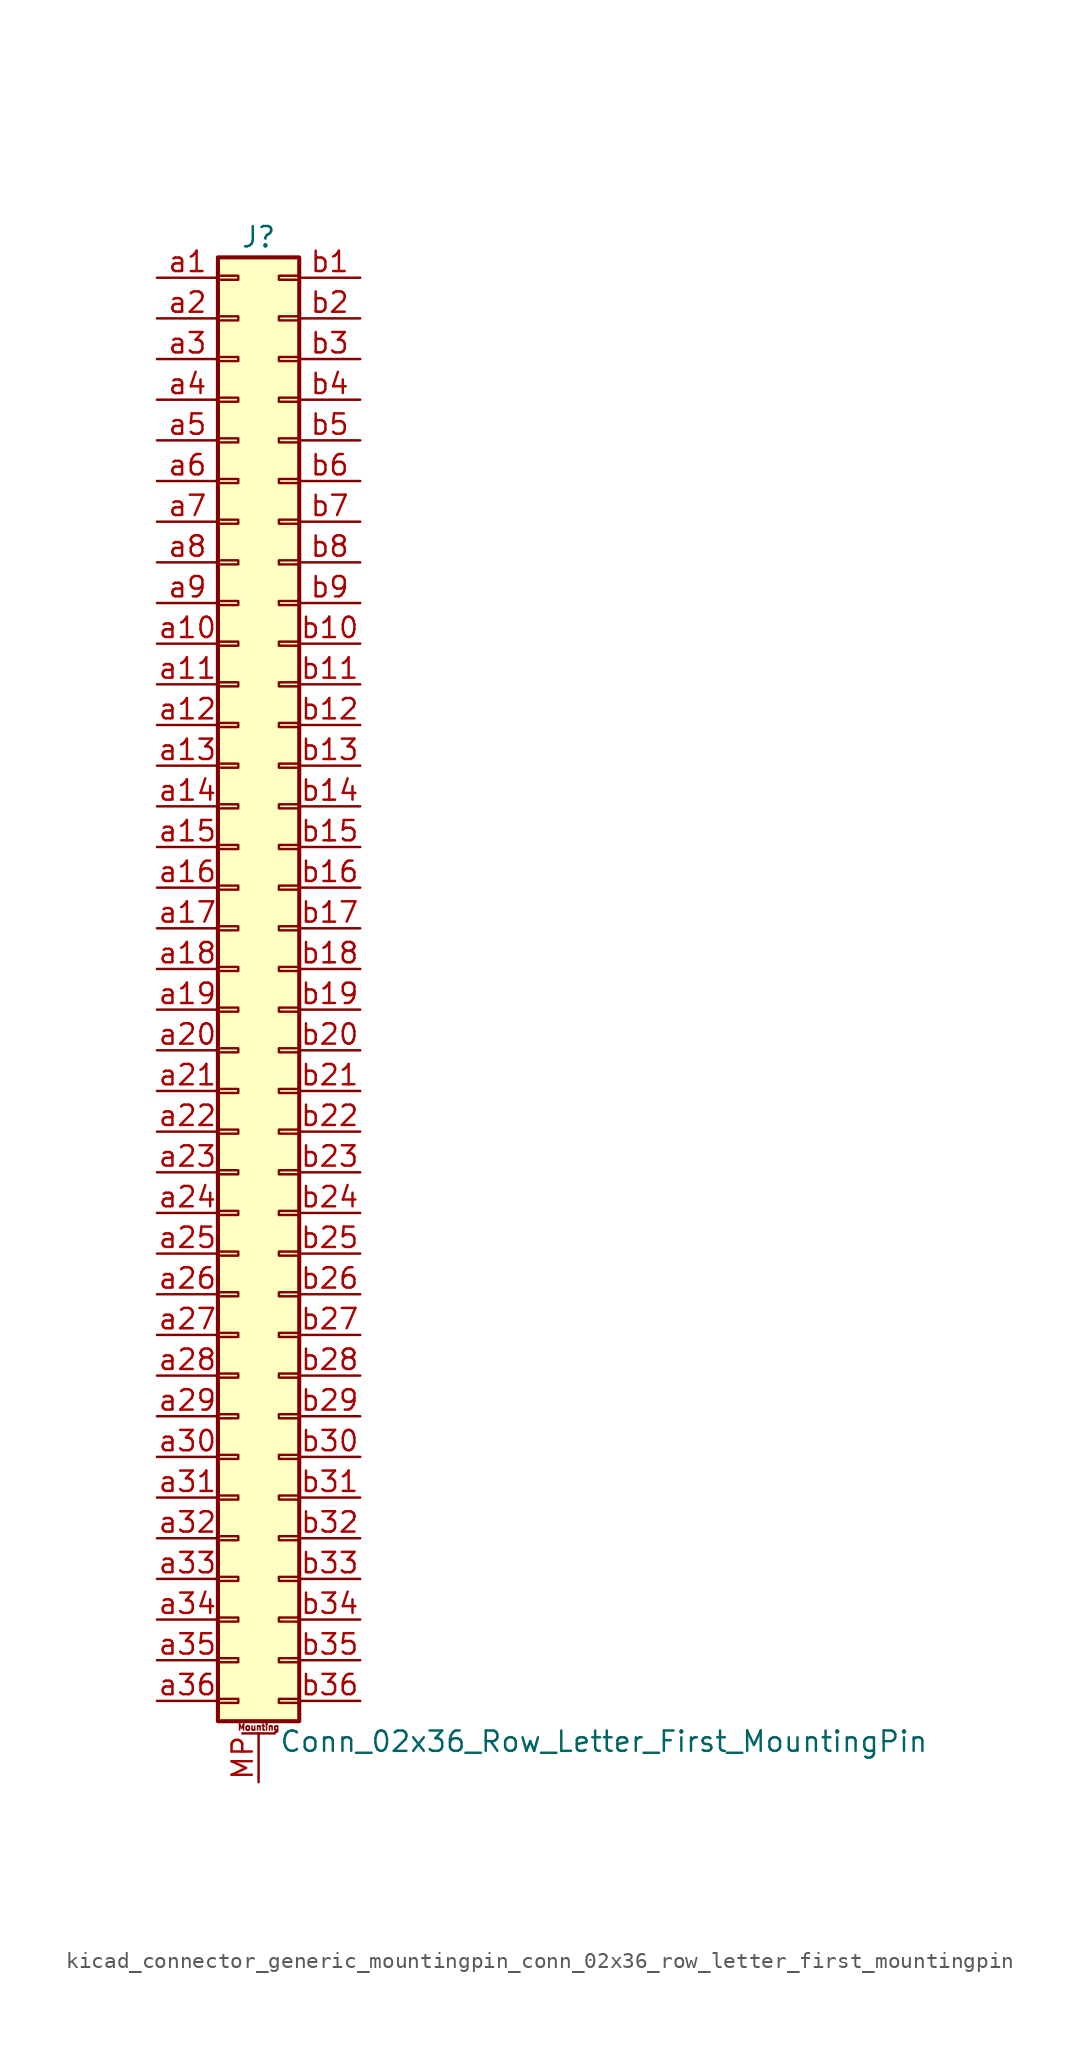
<source format=kicad_sym>
(kicad_symbol_lib
  (version 20220914)
  (generator kicad_symbol_editor)
  (symbol "kicad_connector_generic_mountingpin_conn_02x36_row_letter_first_mountingpin"
    (pin_names
      (offset 1.016) hide)
    (property "Reference" "J"
      (at 1.27 45.72 0)
      (effects (font (size 1.27 1.27))))
    (property "Value" "Conn_02x36_Row_Letter_First_MountingPin"
      (at 2.54 -48.26 0)
      (effects (font (size 1.27 1.27)) (justify left)))
    (symbol "kicad_connector_generic_mountingpin_conn_02x36_row_letter_first_mountingpin_1_1"
      (rectangle (start -1.27 -45.593) (end 0 -45.847) (stroke (width 0.152) (type default)) (fill (type none)))
      (rectangle (start -1.27 -43.053) (end 0 -43.307) (stroke (width 0.152) (type default)) (fill (type none)))
      (rectangle (start -1.27 -40.513) (end 0 -40.767) (stroke (width 0.152) (type default)) (fill (type none)))
      (rectangle (start -1.27 -37.973) (end 0 -38.227) (stroke (width 0.152) (type default)) (fill (type none)))
      (rectangle (start -1.27 -35.433) (end 0 -35.687) (stroke (width 0.152) (type default)) (fill (type none)))
      (rectangle (start -1.27 -32.893) (end 0 -33.147) (stroke (width 0.152) (type default)) (fill (type none)))
      (rectangle (start -1.27 -30.353) (end 0 -30.607) (stroke (width 0.152) (type default)) (fill (type none)))
      (rectangle (start -1.27 -27.813) (end 0 -28.067) (stroke (width 0.152) (type default)) (fill (type none)))
      (rectangle (start -1.27 -25.273) (end 0 -25.527) (stroke (width 0.152) (type default)) (fill (type none)))
      (rectangle (start -1.27 -22.733) (end 0 -22.987) (stroke (width 0.152) (type default)) (fill (type none)))
      (rectangle (start -1.27 -20.193) (end 0 -20.447) (stroke (width 0.152) (type default)) (fill (type none)))
      (rectangle (start -1.27 -17.653) (end 0 -17.907) (stroke (width 0.152) (type default)) (fill (type none)))
      (rectangle (start -1.27 -15.113) (end 0 -15.367) (stroke (width 0.152) (type default)) (fill (type none)))
      (rectangle (start -1.27 -12.573) (end 0 -12.827) (stroke (width 0.152) (type default)) (fill (type none)))
      (rectangle (start -1.27 -10.033) (end 0 -10.287) (stroke (width 0.152) (type default)) (fill (type none)))
      (rectangle (start -1.27 -7.493) (end 0 -7.747) (stroke (width 0.152) (type default)) (fill (type none)))
      (rectangle (start -1.27 -4.953) (end 0 -5.207) (stroke (width 0.152) (type default)) (fill (type none)))
      (rectangle (start -1.27 -2.413) (end 0 -2.667) (stroke (width 0.152) (type default)) (fill (type none)))
      (rectangle (start -1.27 0.127) (end 0 -0.127) (stroke (width 0.152) (type default)) (fill (type none)))
      (rectangle (start -1.27 2.667) (end 0 2.413) (stroke (width 0.152) (type default)) (fill (type none)))
      (rectangle (start -1.27 5.207) (end 0 4.953) (stroke (width 0.152) (type default)) (fill (type none)))
      (rectangle (start -1.27 7.747) (end 0 7.493) (stroke (width 0.152) (type default)) (fill (type none)))
      (rectangle (start -1.27 10.287) (end 0 10.033) (stroke (width 0.152) (type default)) (fill (type none)))
      (rectangle (start -1.27 12.827) (end 0 12.573) (stroke (width 0.152) (type default)) (fill (type none)))
      (rectangle (start -1.27 15.367) (end 0 15.113) (stroke (width 0.152) (type default)) (fill (type none)))
      (rectangle (start -1.27 17.907) (end 0 17.653) (stroke (width 0.152) (type default)) (fill (type none)))
      (rectangle (start -1.27 20.447) (end 0 20.193) (stroke (width 0.152) (type default)) (fill (type none)))
      (rectangle (start -1.27 22.987) (end 0 22.733) (stroke (width 0.152) (type default)) (fill (type none)))
      (rectangle (start -1.27 25.527) (end 0 25.273) (stroke (width 0.152) (type default)) (fill (type none)))
      (rectangle (start -1.27 28.067) (end 0 27.813) (stroke (width 0.152) (type default)) (fill (type none)))
      (rectangle (start -1.27 30.607) (end 0 30.353) (stroke (width 0.152) (type default)) (fill (type none)))
      (rectangle (start -1.27 33.147) (end 0 32.893) (stroke (width 0.152) (type default)) (fill (type none)))
      (rectangle (start -1.27 35.687) (end 0 35.433) (stroke (width 0.152) (type default)) (fill (type none)))
      (rectangle (start -1.27 38.227) (end 0 37.973) (stroke (width 0.152) (type default)) (fill (type none)))
      (rectangle (start -1.27 40.767) (end 0 40.513) (stroke (width 0.152) (type default)) (fill (type none)))
      (rectangle (start -1.27 43.307) (end 0 43.053) (stroke (width 0.152) (type default)) (fill (type none)))
      (rectangle (start -1.27 44.45) (end 3.81 -46.99) (stroke (width 0.254) (type default)) (fill (type background)))
      (polyline (pts (xy 0.254 -47.752) (xy 2.286 -47.752)) (stroke (width 0.152) (type default)) (fill (type none)))
      (rectangle (start 3.81 -45.593) (end 2.54 -45.847) (stroke (width 0.152) (type default)) (fill (type none)))
      (rectangle (start 3.81 -43.053) (end 2.54 -43.307) (stroke (width 0.152) (type default)) (fill (type none)))
      (rectangle (start 3.81 -40.513) (end 2.54 -40.767) (stroke (width 0.152) (type default)) (fill (type none)))
      (rectangle (start 3.81 -37.973) (end 2.54 -38.227) (stroke (width 0.152) (type default)) (fill (type none)))
      (rectangle (start 3.81 -35.433) (end 2.54 -35.687) (stroke (width 0.152) (type default)) (fill (type none)))
      (rectangle (start 3.81 -32.893) (end 2.54 -33.147) (stroke (width 0.152) (type default)) (fill (type none)))
      (rectangle (start 3.81 -30.353) (end 2.54 -30.607) (stroke (width 0.152) (type default)) (fill (type none)))
      (rectangle (start 3.81 -27.813) (end 2.54 -28.067) (stroke (width 0.152) (type default)) (fill (type none)))
      (rectangle (start 3.81 -25.273) (end 2.54 -25.527) (stroke (width 0.152) (type default)) (fill (type none)))
      (rectangle (start 3.81 -22.733) (end 2.54 -22.987) (stroke (width 0.152) (type default)) (fill (type none)))
      (rectangle (start 3.81 -20.193) (end 2.54 -20.447) (stroke (width 0.152) (type default)) (fill (type none)))
      (rectangle (start 3.81 -17.653) (end 2.54 -17.907) (stroke (width 0.152) (type default)) (fill (type none)))
      (rectangle (start 3.81 -15.113) (end 2.54 -15.367) (stroke (width 0.152) (type default)) (fill (type none)))
      (rectangle (start 3.81 -12.573) (end 2.54 -12.827) (stroke (width 0.152) (type default)) (fill (type none)))
      (rectangle (start 3.81 -10.033) (end 2.54 -10.287) (stroke (width 0.152) (type default)) (fill (type none)))
      (rectangle (start 3.81 -7.493) (end 2.54 -7.747) (stroke (width 0.152) (type default)) (fill (type none)))
      (rectangle (start 3.81 -4.953) (end 2.54 -5.207) (stroke (width 0.152) (type default)) (fill (type none)))
      (rectangle (start 3.81 -2.413) (end 2.54 -2.667) (stroke (width 0.152) (type default)) (fill (type none)))
      (rectangle (start 3.81 0.127) (end 2.54 -0.127) (stroke (width 0.152) (type default)) (fill (type none)))
      (rectangle (start 3.81 2.667) (end 2.54 2.413) (stroke (width 0.152) (type default)) (fill (type none)))
      (rectangle (start 3.81 5.207) (end 2.54 4.953) (stroke (width 0.152) (type default)) (fill (type none)))
      (rectangle (start 3.81 7.747) (end 2.54 7.493) (stroke (width 0.152) (type default)) (fill (type none)))
      (rectangle (start 3.81 10.287) (end 2.54 10.033) (stroke (width 0.152) (type default)) (fill (type none)))
      (rectangle (start 3.81 12.827) (end 2.54 12.573) (stroke (width 0.152) (type default)) (fill (type none)))
      (rectangle (start 3.81 15.367) (end 2.54 15.113) (stroke (width 0.152) (type default)) (fill (type none)))
      (rectangle (start 3.81 17.907) (end 2.54 17.653) (stroke (width 0.152) (type default)) (fill (type none)))
      (rectangle (start 3.81 20.447) (end 2.54 20.193) (stroke (width 0.152) (type default)) (fill (type none)))
      (rectangle (start 3.81 22.987) (end 2.54 22.733) (stroke (width 0.152) (type default)) (fill (type none)))
      (rectangle (start 3.81 25.527) (end 2.54 25.273) (stroke (width 0.152) (type default)) (fill (type none)))
      (rectangle (start 3.81 28.067) (end 2.54 27.813) (stroke (width 0.152) (type default)) (fill (type none)))
      (rectangle (start 3.81 30.607) (end 2.54 30.353) (stroke (width 0.152) (type default)) (fill (type none)))
      (rectangle (start 3.81 33.147) (end 2.54 32.893) (stroke (width 0.152) (type default)) (fill (type none)))
      (rectangle (start 3.81 35.687) (end 2.54 35.433) (stroke (width 0.152) (type default)) (fill (type none)))
      (rectangle (start 3.81 38.227) (end 2.54 37.973) (stroke (width 0.152) (type default)) (fill (type none)))
      (rectangle (start 3.81 40.767) (end 2.54 40.513) (stroke (width 0.152) (type default)) (fill (type none)))
      (rectangle (start 3.81 43.307) (end 2.54 43.053) (stroke (width 0.152) (type default)) (fill (type none)))
      (text "Mounting" (at 1.27 -47.371 0) (effects (font (size 0.381 0.381))))
      (pin passive line (at 1.27 -50.8 90) (length 3.048) (name "MountPin" (effects (font (size 1.27 1.27)))) (number "MP" (effects (font (size 1.27 1.27)))))
      (pin passive line (at -5.08 43.18 0) (length 3.81) (name "Pin_a1" (effects (font (size 1.27 1.27)))) (number "a1" (effects (font (size 1.27 1.27)))))
      (pin passive line (at -5.08 20.32 0) (length 3.81) (name "Pin_a10" (effects (font (size 1.27 1.27)))) (number "a10" (effects (font (size 1.27 1.27)))))
      (pin passive line (at -5.08 17.78 0) (length 3.81) (name "Pin_a11" (effects (font (size 1.27 1.27)))) (number "a11" (effects (font (size 1.27 1.27)))))
      (pin passive line (at -5.08 15.24 0) (length 3.81) (name "Pin_a12" (effects (font (size 1.27 1.27)))) (number "a12" (effects (font (size 1.27 1.27)))))
      (pin passive line (at -5.08 12.7 0) (length 3.81) (name "Pin_a13" (effects (font (size 1.27 1.27)))) (number "a13" (effects (font (size 1.27 1.27)))))
      (pin passive line (at -5.08 10.16 0) (length 3.81) (name "Pin_a14" (effects (font (size 1.27 1.27)))) (number "a14" (effects (font (size 1.27 1.27)))))
      (pin passive line (at -5.08 7.62 0) (length 3.81) (name "Pin_a15" (effects (font (size 1.27 1.27)))) (number "a15" (effects (font (size 1.27 1.27)))))
      (pin passive line (at -5.08 5.08 0) (length 3.81) (name "Pin_a16" (effects (font (size 1.27 1.27)))) (number "a16" (effects (font (size 1.27 1.27)))))
      (pin passive line (at -5.08 2.54 0) (length 3.81) (name "Pin_a17" (effects (font (size 1.27 1.27)))) (number "a17" (effects (font (size 1.27 1.27)))))
      (pin passive line (at -5.08 0 0) (length 3.81) (name "Pin_a18" (effects (font (size 1.27 1.27)))) (number "a18" (effects (font (size 1.27 1.27)))))
      (pin passive line (at -5.08 -2.54 0) (length 3.81) (name "Pin_a19" (effects (font (size 1.27 1.27)))) (number "a19" (effects (font (size 1.27 1.27)))))
      (pin passive line (at -5.08 40.64 0) (length 3.81) (name "Pin_a2" (effects (font (size 1.27 1.27)))) (number "a2" (effects (font (size 1.27 1.27)))))
      (pin passive line (at -5.08 -5.08 0) (length 3.81) (name "Pin_a20" (effects (font (size 1.27 1.27)))) (number "a20" (effects (font (size 1.27 1.27)))))
      (pin passive line (at -5.08 -7.62 0) (length 3.81) (name "Pin_a21" (effects (font (size 1.27 1.27)))) (number "a21" (effects (font (size 1.27 1.27)))))
      (pin passive line (at -5.08 -10.16 0) (length 3.81) (name "Pin_a22" (effects (font (size 1.27 1.27)))) (number "a22" (effects (font (size 1.27 1.27)))))
      (pin passive line (at -5.08 -12.7 0) (length 3.81) (name "Pin_a23" (effects (font (size 1.27 1.27)))) (number "a23" (effects (font (size 1.27 1.27)))))
      (pin passive line (at -5.08 -15.24 0) (length 3.81) (name "Pin_a24" (effects (font (size 1.27 1.27)))) (number "a24" (effects (font (size 1.27 1.27)))))
      (pin passive line (at -5.08 -17.78 0) (length 3.81) (name "Pin_a25" (effects (font (size 1.27 1.27)))) (number "a25" (effects (font (size 1.27 1.27)))))
      (pin passive line (at -5.08 -20.32 0) (length 3.81) (name "Pin_a26" (effects (font (size 1.27 1.27)))) (number "a26" (effects (font (size 1.27 1.27)))))
      (pin passive line (at -5.08 -22.86 0) (length 3.81) (name "Pin_a27" (effects (font (size 1.27 1.27)))) (number "a27" (effects (font (size 1.27 1.27)))))
      (pin passive line (at -5.08 -25.4 0) (length 3.81) (name "Pin_a28" (effects (font (size 1.27 1.27)))) (number "a28" (effects (font (size 1.27 1.27)))))
      (pin passive line (at -5.08 -27.94 0) (length 3.81) (name "Pin_a29" (effects (font (size 1.27 1.27)))) (number "a29" (effects (font (size 1.27 1.27)))))
      (pin passive line (at -5.08 38.1 0) (length 3.81) (name "Pin_a3" (effects (font (size 1.27 1.27)))) (number "a3" (effects (font (size 1.27 1.27)))))
      (pin passive line (at -5.08 -30.48 0) (length 3.81) (name "Pin_a30" (effects (font (size 1.27 1.27)))) (number "a30" (effects (font (size 1.27 1.27)))))
      (pin passive line (at -5.08 -33.02 0) (length 3.81) (name "Pin_a31" (effects (font (size 1.27 1.27)))) (number "a31" (effects (font (size 1.27 1.27)))))
      (pin passive line (at -5.08 -35.56 0) (length 3.81) (name "Pin_a32" (effects (font (size 1.27 1.27)))) (number "a32" (effects (font (size 1.27 1.27)))))
      (pin passive line (at -5.08 -38.1 0) (length 3.81) (name "Pin_a33" (effects (font (size 1.27 1.27)))) (number "a33" (effects (font (size 1.27 1.27)))))
      (pin passive line (at -5.08 -40.64 0) (length 3.81) (name "Pin_a34" (effects (font (size 1.27 1.27)))) (number "a34" (effects (font (size 1.27 1.27)))))
      (pin passive line (at -5.08 -43.18 0) (length 3.81) (name "Pin_a35" (effects (font (size 1.27 1.27)))) (number "a35" (effects (font (size 1.27 1.27)))))
      (pin passive line (at -5.08 -45.72 0) (length 3.81) (name "Pin_a36" (effects (font (size 1.27 1.27)))) (number "a36" (effects (font (size 1.27 1.27)))))
      (pin passive line (at -5.08 35.56 0) (length 3.81) (name "Pin_a4" (effects (font (size 1.27 1.27)))) (number "a4" (effects (font (size 1.27 1.27)))))
      (pin passive line (at -5.08 33.02 0) (length 3.81) (name "Pin_a5" (effects (font (size 1.27 1.27)))) (number "a5" (effects (font (size 1.27 1.27)))))
      (pin passive line (at -5.08 30.48 0) (length 3.81) (name "Pin_a6" (effects (font (size 1.27 1.27)))) (number "a6" (effects (font (size 1.27 1.27)))))
      (pin passive line (at -5.08 27.94 0) (length 3.81) (name "Pin_a7" (effects (font (size 1.27 1.27)))) (number "a7" (effects (font (size 1.27 1.27)))))
      (pin passive line (at -5.08 25.4 0) (length 3.81) (name "Pin_a8" (effects (font (size 1.27 1.27)))) (number "a8" (effects (font (size 1.27 1.27)))))
      (pin passive line (at -5.08 22.86 0) (length 3.81) (name "Pin_a9" (effects (font (size 1.27 1.27)))) (number "a9" (effects (font (size 1.27 1.27)))))
      (pin passive line (at 7.62 43.18 180) (length 3.81) (name "Pin_b1" (effects (font (size 1.27 1.27)))) (number "b1" (effects (font (size 1.27 1.27)))))
      (pin passive line (at 7.62 20.32 180) (length 3.81) (name "Pin_b10" (effects (font (size 1.27 1.27)))) (number "b10" (effects (font (size 1.27 1.27)))))
      (pin passive line (at 7.62 17.78 180) (length 3.81) (name "Pin_b11" (effects (font (size 1.27 1.27)))) (number "b11" (effects (font (size 1.27 1.27)))))
      (pin passive line (at 7.62 15.24 180) (length 3.81) (name "Pin_b12" (effects (font (size 1.27 1.27)))) (number "b12" (effects (font (size 1.27 1.27)))))
      (pin passive line (at 7.62 12.7 180) (length 3.81) (name "Pin_b13" (effects (font (size 1.27 1.27)))) (number "b13" (effects (font (size 1.27 1.27)))))
      (pin passive line (at 7.62 10.16 180) (length 3.81) (name "Pin_b14" (effects (font (size 1.27 1.27)))) (number "b14" (effects (font (size 1.27 1.27)))))
      (pin passive line (at 7.62 7.62 180) (length 3.81) (name "Pin_b15" (effects (font (size 1.27 1.27)))) (number "b15" (effects (font (size 1.27 1.27)))))
      (pin passive line (at 7.62 5.08 180) (length 3.81) (name "Pin_b16" (effects (font (size 1.27 1.27)))) (number "b16" (effects (font (size 1.27 1.27)))))
      (pin passive line (at 7.62 2.54 180) (length 3.81) (name "Pin_b17" (effects (font (size 1.27 1.27)))) (number "b17" (effects (font (size 1.27 1.27)))))
      (pin passive line (at 7.62 0 180) (length 3.81) (name "Pin_b18" (effects (font (size 1.27 1.27)))) (number "b18" (effects (font (size 1.27 1.27)))))
      (pin passive line (at 7.62 -2.54 180) (length 3.81) (name "Pin_b19" (effects (font (size 1.27 1.27)))) (number "b19" (effects (font (size 1.27 1.27)))))
      (pin passive line (at 7.62 40.64 180) (length 3.81) (name "Pin_b2" (effects (font (size 1.27 1.27)))) (number "b2" (effects (font (size 1.27 1.27)))))
      (pin passive line (at 7.62 -5.08 180) (length 3.81) (name "Pin_b20" (effects (font (size 1.27 1.27)))) (number "b20" (effects (font (size 1.27 1.27)))))
      (pin passive line (at 7.62 -7.62 180) (length 3.81) (name "Pin_b21" (effects (font (size 1.27 1.27)))) (number "b21" (effects (font (size 1.27 1.27)))))
      (pin passive line (at 7.62 -10.16 180) (length 3.81) (name "Pin_b22" (effects (font (size 1.27 1.27)))) (number "b22" (effects (font (size 1.27 1.27)))))
      (pin passive line (at 7.62 -12.7 180) (length 3.81) (name "Pin_b23" (effects (font (size 1.27 1.27)))) (number "b23" (effects (font (size 1.27 1.27)))))
      (pin passive line (at 7.62 -15.24 180) (length 3.81) (name "Pin_b24" (effects (font (size 1.27 1.27)))) (number "b24" (effects (font (size 1.27 1.27)))))
      (pin passive line (at 7.62 -17.78 180) (length 3.81) (name "Pin_b25" (effects (font (size 1.27 1.27)))) (number "b25" (effects (font (size 1.27 1.27)))))
      (pin passive line (at 7.62 -20.32 180) (length 3.81) (name "Pin_b26" (effects (font (size 1.27 1.27)))) (number "b26" (effects (font (size 1.27 1.27)))))
      (pin passive line (at 7.62 -22.86 180) (length 3.81) (name "Pin_b27" (effects (font (size 1.27 1.27)))) (number "b27" (effects (font (size 1.27 1.27)))))
      (pin passive line (at 7.62 -25.4 180) (length 3.81) (name "Pin_b28" (effects (font (size 1.27 1.27)))) (number "b28" (effects (font (size 1.27 1.27)))))
      (pin passive line (at 7.62 -27.94 180) (length 3.81) (name "Pin_b29" (effects (font (size 1.27 1.27)))) (number "b29" (effects (font (size 1.27 1.27)))))
      (pin passive line (at 7.62 38.1 180) (length 3.81) (name "Pin_b3" (effects (font (size 1.27 1.27)))) (number "b3" (effects (font (size 1.27 1.27)))))
      (pin passive line (at 7.62 -30.48 180) (length 3.81) (name "Pin_b30" (effects (font (size 1.27 1.27)))) (number "b30" (effects (font (size 1.27 1.27)))))
      (pin passive line (at 7.62 -33.02 180) (length 3.81) (name "Pin_b31" (effects (font (size 1.27 1.27)))) (number "b31" (effects (font (size 1.27 1.27)))))
      (pin passive line (at 7.62 -35.56 180) (length 3.81) (name "Pin_b32" (effects (font (size 1.27 1.27)))) (number "b32" (effects (font (size 1.27 1.27)))))
      (pin passive line (at 7.62 -38.1 180) (length 3.81) (name "Pin_b33" (effects (font (size 1.27 1.27)))) (number "b33" (effects (font (size 1.27 1.27)))))
      (pin passive line (at 7.62 -40.64 180) (length 3.81) (name "Pin_b34" (effects (font (size 1.27 1.27)))) (number "b34" (effects (font (size 1.27 1.27)))))
      (pin passive line (at 7.62 -43.18 180) (length 3.81) (name "Pin_b35" (effects (font (size 1.27 1.27)))) (number "b35" (effects (font (size 1.27 1.27)))))
      (pin passive line (at 7.62 -45.72 180) (length 3.81) (name "Pin_b36" (effects (font (size 1.27 1.27)))) (number "b36" (effects (font (size 1.27 1.27)))))
      (pin passive line (at 7.62 35.56 180) (length 3.81) (name "Pin_b4" (effects (font (size 1.27 1.27)))) (number "b4" (effects (font (size 1.27 1.27)))))
      (pin passive line (at 7.62 33.02 180) (length 3.81) (name "Pin_b5" (effects (font (size 1.27 1.27)))) (number "b5" (effects (font (size 1.27 1.27)))))
      (pin passive line (at 7.62 30.48 180) (length 3.81) (name "Pin_b6" (effects (font (size 1.27 1.27)))) (number "b6" (effects (font (size 1.27 1.27)))))
      (pin passive line (at 7.62 27.94 180) (length 3.81) (name "Pin_b7" (effects (font (size 1.27 1.27)))) (number "b7" (effects (font (size 1.27 1.27)))))
      (pin passive line (at 7.62 25.4 180) (length 3.81) (name "Pin_b8" (effects (font (size 1.27 1.27)))) (number "b8" (effects (font (size 1.27 1.27)))))
      (pin passive line (at 7.62 22.86 180) (length 3.81) (name "Pin_b9" (effects (font (size 1.27 1.27)))) (number "b9" (effects (font (size 1.27 1.27))))))))
</source>
